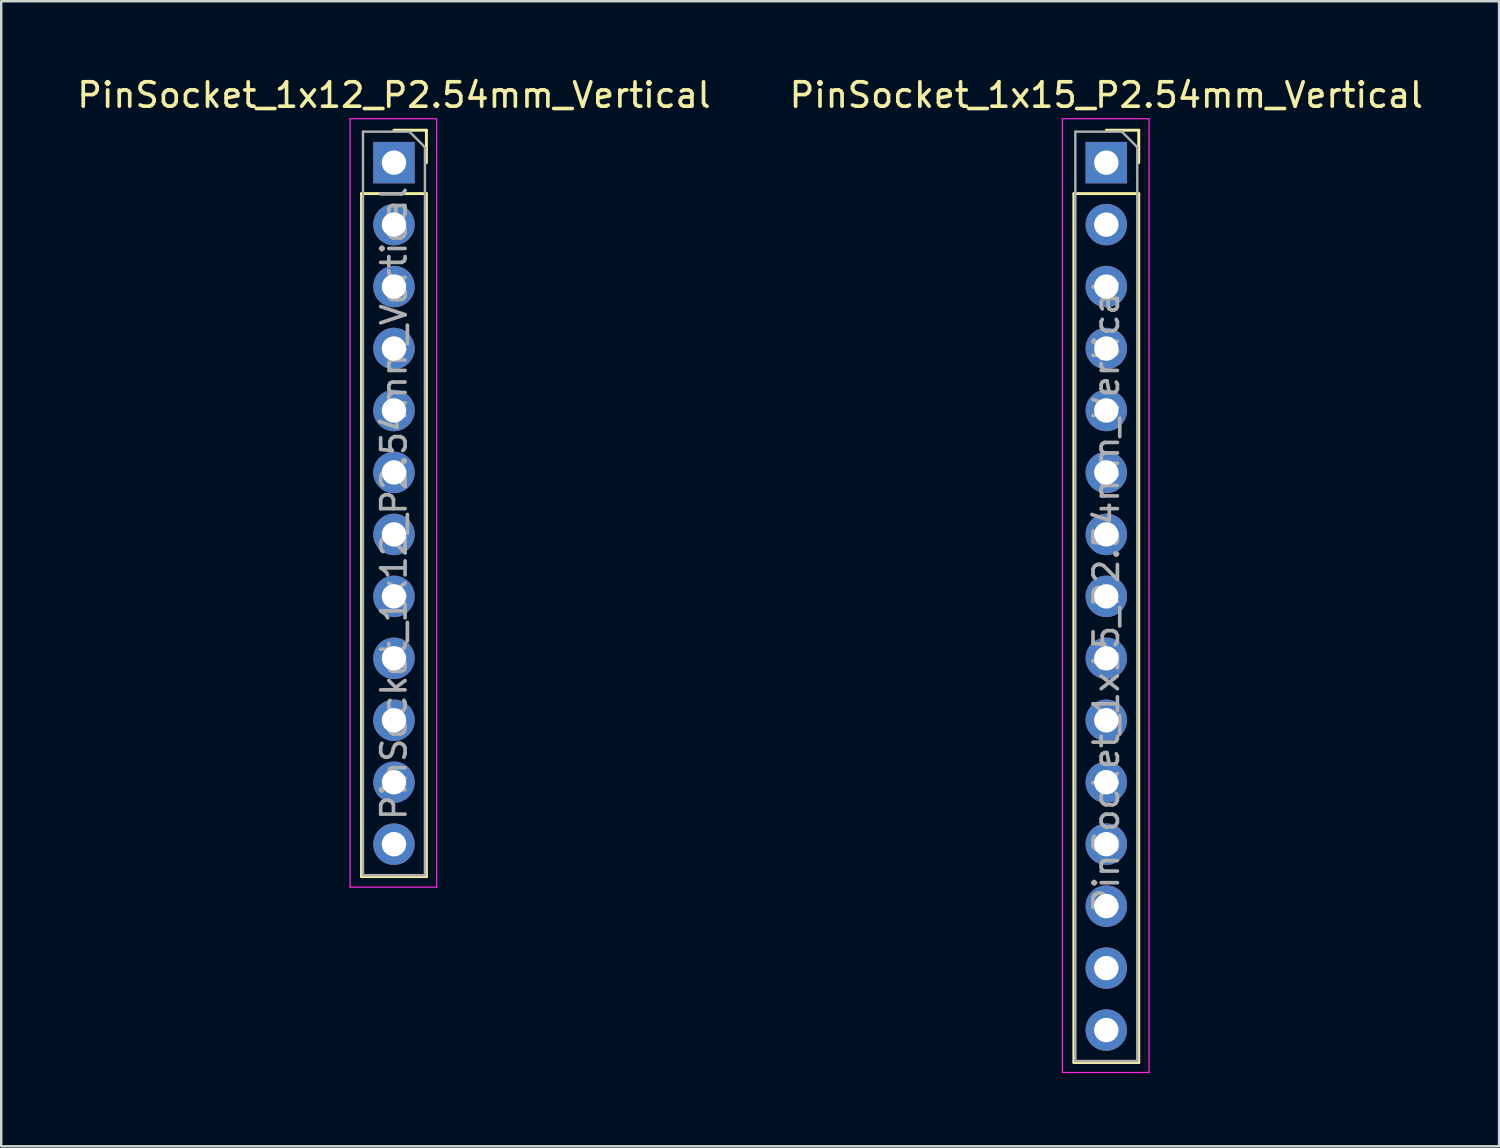
<source format=kicad_pcb>
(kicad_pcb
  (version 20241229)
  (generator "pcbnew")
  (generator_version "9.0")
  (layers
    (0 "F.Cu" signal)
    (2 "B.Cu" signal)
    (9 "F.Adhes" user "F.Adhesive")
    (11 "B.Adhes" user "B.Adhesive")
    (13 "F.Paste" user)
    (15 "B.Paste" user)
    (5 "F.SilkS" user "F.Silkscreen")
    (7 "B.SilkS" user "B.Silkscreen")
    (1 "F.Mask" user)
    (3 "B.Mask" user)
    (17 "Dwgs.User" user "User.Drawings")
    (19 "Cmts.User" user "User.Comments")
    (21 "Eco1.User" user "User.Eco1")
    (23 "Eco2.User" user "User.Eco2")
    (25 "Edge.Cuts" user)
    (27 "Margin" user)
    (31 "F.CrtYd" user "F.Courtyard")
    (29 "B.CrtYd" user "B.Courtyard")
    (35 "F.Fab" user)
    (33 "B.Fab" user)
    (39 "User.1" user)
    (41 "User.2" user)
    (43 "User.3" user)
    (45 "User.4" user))
  (footprint "PinSocket_1x15_P2.54mm_Vertical"
    (layer "F.Cu")
    (at 42.304 3.618)
    (property "Reference" "PinSocket_1x15_P2.54mm_Vertical" (at 0 -2.77 0) (layer "F.SilkS") (effects (font (size 1 1) (thickness 0.15))))
    (attr through_hole)
    (fp_line (start -1.33 1.27) (end -1.33 36.89) (stroke (width 0.12) (type solid)) (layer "F.SilkS"))
    (fp_line (start -1.33 1.27) (end 1.33 1.27) (stroke (width 0.12) (type solid)) (layer "F.SilkS"))
    (fp_line (start -1.33 36.89) (end 1.33 36.89) (stroke (width 0.12) (type solid)) (layer "F.SilkS"))
    (fp_line (start 0 -1.33) (end 1.33 -1.33) (stroke (width 0.12) (type solid)) (layer "F.SilkS"))
    (fp_line (start 1.33 -1.33) (end 1.33 0) (stroke (width 0.12) (type solid)) (layer "F.SilkS"))
    (fp_line (start 1.33 1.27) (end 1.33 36.89) (stroke (width 0.12) (type solid)) (layer "F.SilkS"))
    (fp_line (start -1.8 -1.8) (end 1.75 -1.8) (stroke (width 0.05) (type solid)) (layer "F.CrtYd"))
    (fp_line (start -1.8 37.3) (end -1.8 -1.8) (stroke (width 0.05) (type solid)) (layer "F.CrtYd"))
    (fp_line (start 1.75 -1.8) (end 1.75 37.3) (stroke (width 0.05) (type solid)) (layer "F.CrtYd"))
    (fp_line (start 1.75 37.3) (end -1.8 37.3) (stroke (width 0.05) (type solid)) (layer "F.CrtYd"))
    (fp_line (start -1.27 -1.27) (end 0.635 -1.27) (stroke (width 0.1) (type solid)) (layer "F.Fab"))
    (fp_line (start -1.27 36.83) (end -1.27 -1.27) (stroke (width 0.1) (type solid)) (layer "F.Fab"))
    (fp_line (start 0.635 -1.27) (end 1.27 -0.635) (stroke (width 0.1) (type solid)) (layer "F.Fab"))
    (fp_line (start 1.27 -0.635) (end 1.27 36.83) (stroke (width 0.1) (type solid)) (layer "F.Fab"))
    (fp_line (start 1.27 36.83) (end -1.27 36.83) (stroke (width 0.1) (type solid)) (layer "F.Fab"))
    (fp_text user "${REFERENCE}" (at 0 17.78 90) (layer "F.Fab") (effects (font (size 1 1) (thickness 0.15))))
    (pad "1" thru_hole rect (at 0 0) (size 1.7 1.7) (drill 1) (layers "*.Cu" "*.Mask"))
    (pad "2" thru_hole circle (at 0 2.54) (size 1.7 1.7) (drill 1) (layers "*.Cu" "*.Mask"))
    (pad "3" thru_hole circle (at 0 5.08) (size 1.7 1.7) (drill 1) (layers "*.Cu" "*.Mask"))
    (pad "4" thru_hole circle (at 0 7.62) (size 1.7 1.7) (drill 1) (layers "*.Cu" "*.Mask"))
    (pad "5" thru_hole circle (at 0 10.16) (size 1.7 1.7) (drill 1) (layers "*.Cu" "*.Mask"))
    (pad "6" thru_hole circle (at 0 12.7) (size 1.7 1.7) (drill 1) (layers "*.Cu" "*.Mask"))
    (pad "7" thru_hole circle (at 0 15.24) (size 1.7 1.7) (drill 1) (layers "*.Cu" "*.Mask"))
    (pad "8" thru_hole circle (at 0 17.78) (size 1.7 1.7) (drill 1) (layers "*.Cu" "*.Mask"))
    (pad "9" thru_hole circle (at 0 20.32) (size 1.7 1.7) (drill 1) (layers "*.Cu" "*.Mask"))
    (pad "10" thru_hole circle (at 0 22.86) (size 1.7 1.7) (drill 1) (layers "*.Cu" "*.Mask"))
    (pad "11" thru_hole circle (at 0 25.4) (size 1.7 1.7) (drill 1) (layers "*.Cu" "*.Mask"))
    (pad "12" thru_hole circle (at 0 27.94) (size 1.7 1.7) (drill 1) (layers "*.Cu" "*.Mask"))
    (pad "13" thru_hole circle (at 0 30.48) (size 1.7 1.7) (drill 1) (layers "*.Cu" "*.Mask"))
    (pad "14" thru_hole circle (at 0 33.02) (size 1.7 1.7) (drill 1) (layers "*.Cu" "*.Mask"))
    (pad "15" thru_hole circle (at 0 35.56) (size 1.7 1.7) (drill 1) (layers "*.Cu" "*.Mask")))
  (footprint "PinSocket_1x12_P2.54mm_Vertical"
    (layer "F.Cu")
    (at 13.101 3.618)
    (property "Reference" "PinSocket_1x12_P2.54mm_Vertical" (at 0 -2.77 0) (layer "F.SilkS") (effects (font (size 1 1) (thickness 0.15))))
    (attr through_hole)
    (fp_line (start -1.33 1.27) (end -1.33 29.27) (stroke (width 0.12) (type solid)) (layer "F.SilkS"))
    (fp_line (start -1.33 1.27) (end 1.33 1.27) (stroke (width 0.12) (type solid)) (layer "F.SilkS"))
    (fp_line (start -1.33 29.27) (end 1.33 29.27) (stroke (width 0.12) (type solid)) (layer "F.SilkS"))
    (fp_line (start 0 -1.33) (end 1.33 -1.33) (stroke (width 0.12) (type solid)) (layer "F.SilkS"))
    (fp_line (start 1.33 -1.33) (end 1.33 0) (stroke (width 0.12) (type solid)) (layer "F.SilkS"))
    (fp_line (start 1.33 1.27) (end 1.33 29.27) (stroke (width 0.12) (type solid)) (layer "F.SilkS"))
    (fp_line (start -1.8 -1.8) (end 1.75 -1.8) (stroke (width 0.05) (type solid)) (layer "F.CrtYd"))
    (fp_line (start -1.8 29.7) (end -1.8 -1.8) (stroke (width 0.05) (type solid)) (layer "F.CrtYd"))
    (fp_line (start 1.75 -1.8) (end 1.75 29.7) (stroke (width 0.05) (type solid)) (layer "F.CrtYd"))
    (fp_line (start 1.75 29.7) (end -1.8 29.7) (stroke (width 0.05) (type solid)) (layer "F.CrtYd"))
    (fp_line (start -1.27 -1.27) (end 0.635 -1.27) (stroke (width 0.1) (type solid)) (layer "F.Fab"))
    (fp_line (start -1.27 29.21) (end -1.27 -1.27) (stroke (width 0.1) (type solid)) (layer "F.Fab"))
    (fp_line (start 0.635 -1.27) (end 1.27 -0.635) (stroke (width 0.1) (type solid)) (layer "F.Fab"))
    (fp_line (start 1.27 -0.635) (end 1.27 29.21) (stroke (width 0.1) (type solid)) (layer "F.Fab"))
    (fp_line (start 1.27 29.21) (end -1.27 29.21) (stroke (width 0.1) (type solid)) (layer "F.Fab"))
    (fp_text user "${REFERENCE}" (at 0 13.97 90) (layer "F.Fab") (effects (font (size 1 1) (thickness 0.15))))
    (pad "1" thru_hole rect (at 0 0) (size 1.7 1.7) (drill 1) (layers "*.Cu" "*.Mask"))
    (pad "2" thru_hole circle (at 0 2.54) (size 1.7 1.7) (drill 1) (layers "*.Cu" "*.Mask"))
    (pad "3" thru_hole circle (at 0 5.08) (size 1.7 1.7) (drill 1) (layers "*.Cu" "*.Mask"))
    (pad "4" thru_hole circle (at 0 7.62) (size 1.7 1.7) (drill 1) (layers "*.Cu" "*.Mask"))
    (pad "5" thru_hole circle (at 0 10.16) (size 1.7 1.7) (drill 1) (layers "*.Cu" "*.Mask"))
    (pad "6" thru_hole circle (at 0 12.7) (size 1.7 1.7) (drill 1) (layers "*.Cu" "*.Mask"))
    (pad "7" thru_hole circle (at 0 15.24) (size 1.7 1.7) (drill 1) (layers "*.Cu" "*.Mask"))
    (pad "8" thru_hole circle (at 0 17.78) (size 1.7 1.7) (drill 1) (layers "*.Cu" "*.Mask"))
    (pad "9" thru_hole circle (at 0 20.32) (size 1.7 1.7) (drill 1) (layers "*.Cu" "*.Mask"))
    (pad "10" thru_hole circle (at 0 22.86) (size 1.7 1.7) (drill 1) (layers "*.Cu" "*.Mask"))
    (pad "11" thru_hole circle (at 0 25.4) (size 1.7 1.7) (drill 1) (layers "*.Cu" "*.Mask"))
    (pad "12" thru_hole circle (at 0 27.94) (size 1.7 1.7) (drill 1) (layers "*.Cu" "*.Mask")))
  (gr_rect
    (start -3 -3)
    (end 58.405 43.943)
    (stroke (width 0.1) (type default))
    (fill no)
    (layer "Edge.Cuts")))
</source>
